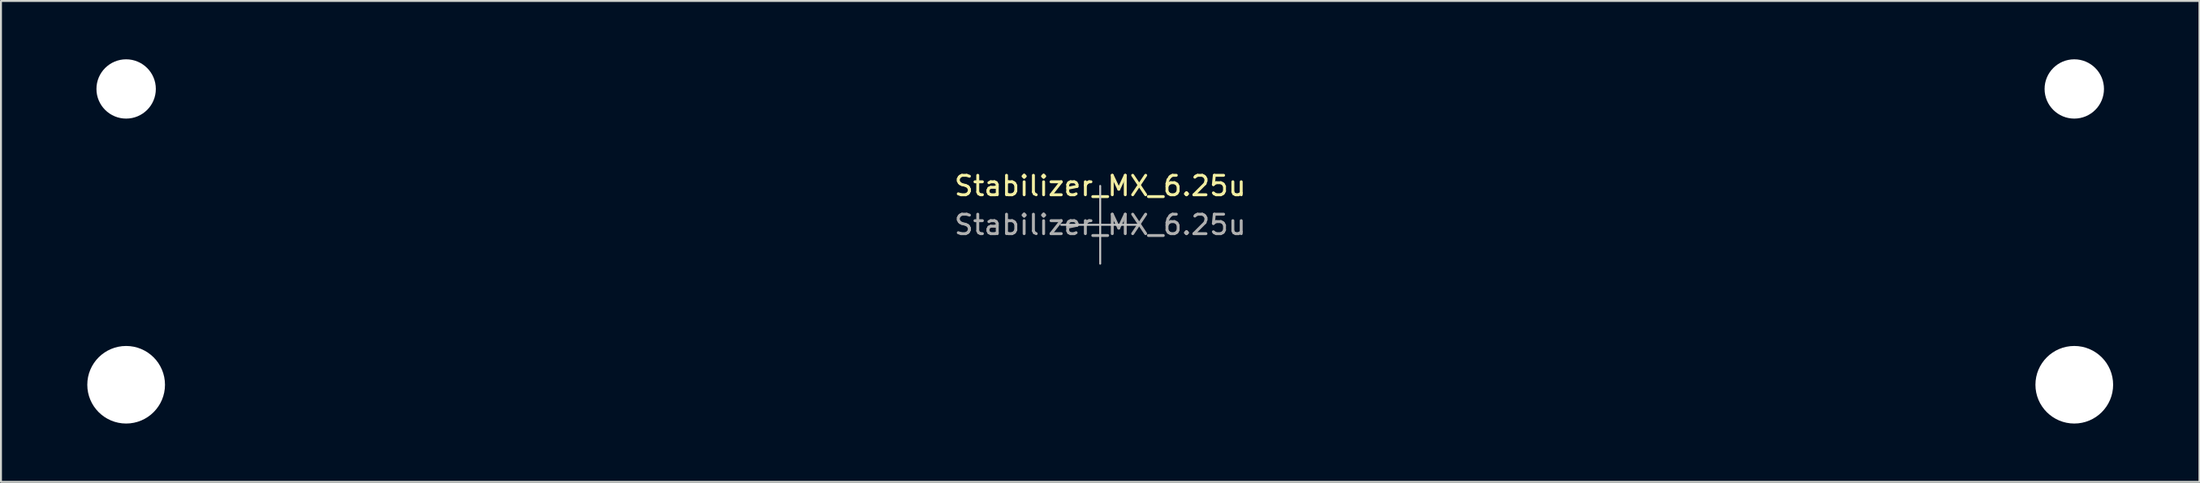
<source format=kicad_pcb>
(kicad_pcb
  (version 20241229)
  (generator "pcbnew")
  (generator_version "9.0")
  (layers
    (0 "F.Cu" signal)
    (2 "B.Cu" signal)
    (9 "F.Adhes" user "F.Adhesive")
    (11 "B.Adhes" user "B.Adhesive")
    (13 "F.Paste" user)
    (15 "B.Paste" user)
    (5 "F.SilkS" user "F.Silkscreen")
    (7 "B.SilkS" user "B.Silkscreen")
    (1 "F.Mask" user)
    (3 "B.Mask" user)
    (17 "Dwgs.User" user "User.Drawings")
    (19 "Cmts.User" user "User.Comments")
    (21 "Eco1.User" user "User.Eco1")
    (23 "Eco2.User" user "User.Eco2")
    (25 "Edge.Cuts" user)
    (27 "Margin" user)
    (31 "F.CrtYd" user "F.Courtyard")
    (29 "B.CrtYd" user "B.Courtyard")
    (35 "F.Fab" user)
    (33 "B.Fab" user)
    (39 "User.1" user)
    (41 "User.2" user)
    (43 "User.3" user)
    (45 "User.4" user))
  (footprint "Stabilizer_MX_6.25u"
    (layer "F.Cu")
    (at 53.425 8.509)
    (property "Reference" "Stabilizer_MX_6.25u" (at 0 -2 0) (layer "F.SilkS") (effects (font (size 1 1) (thickness 0.15))))
    (attr exclude_from_pos_files exclude_from_bom)
    (fp_line (start -2 0) (end 2 0) (stroke (width 0.1) (type solid)) (layer "Dwgs.User"))
    (fp_line (start 0 2) (end 0 -2) (stroke (width 0.1) (type solid)) (layer "Dwgs.User"))
    (fp_line (start -53.375 -5.53) (end -53.375 6.77) (stroke (width 0.1) (type solid)) (layer "Eco1.User"))
    (fp_line (start -53.375 6.77) (end -46.625 6.77) (stroke (width 0.1) (type solid)) (layer "Eco1.User"))
    (fp_line (start -46.625 -5.53) (end -53.375 -5.53) (stroke (width 0.1) (type solid)) (layer "Eco1.User"))
    (fp_line (start -46.625 6.77) (end -46.625 -5.53) (stroke (width 0.1) (type solid)) (layer "Eco1.User"))
    (fp_line (start 46.625 -5.53) (end 46.625 6.77) (stroke (width 0.1) (type solid)) (layer "Eco1.User"))
    (fp_line (start 46.625 6.77) (end 53.375 6.77) (stroke (width 0.1) (type solid)) (layer "Eco1.User"))
    (fp_line (start 53.375 -5.53) (end 46.625 -5.53) (stroke (width 0.1) (type solid)) (layer "Eco1.User"))
    (fp_line (start 53.375 6.77) (end 53.375 -5.53) (stroke (width 0.1) (type solid)) (layer "Eco1.User"))
    (fp_text user "${REFERENCE}" (at 0 0 0) (layer "F.Fab") (effects (font (size 1 1) (thickness 0.15))))
    (pad "" np_thru_hole circle (at -50 -6.985) (size 3.048 3.048) (drill 3.048) (layers "*.Cu" "*.Mask"))
    (pad "" np_thru_hole circle (at -50 8.225) (size 3.988 3.988) (drill 3.988) (layers "*.Cu" "*.Mask"))
    (pad "" np_thru_hole circle (at 50 -6.985) (size 3.048 3.048) (drill 3.048) (layers "*.Cu" "*.Mask"))
    (pad "" np_thru_hole circle (at 50 8.225) (size 3.988 3.988) (drill 3.988) (layers "*.Cu" "*.Mask")))
  (gr_rect
    (start -3 -3)
    (end 109.85 21.728)
    (stroke (width 0.1) (type default))
    (fill no)
    (layer "Edge.Cuts")))
</source>
